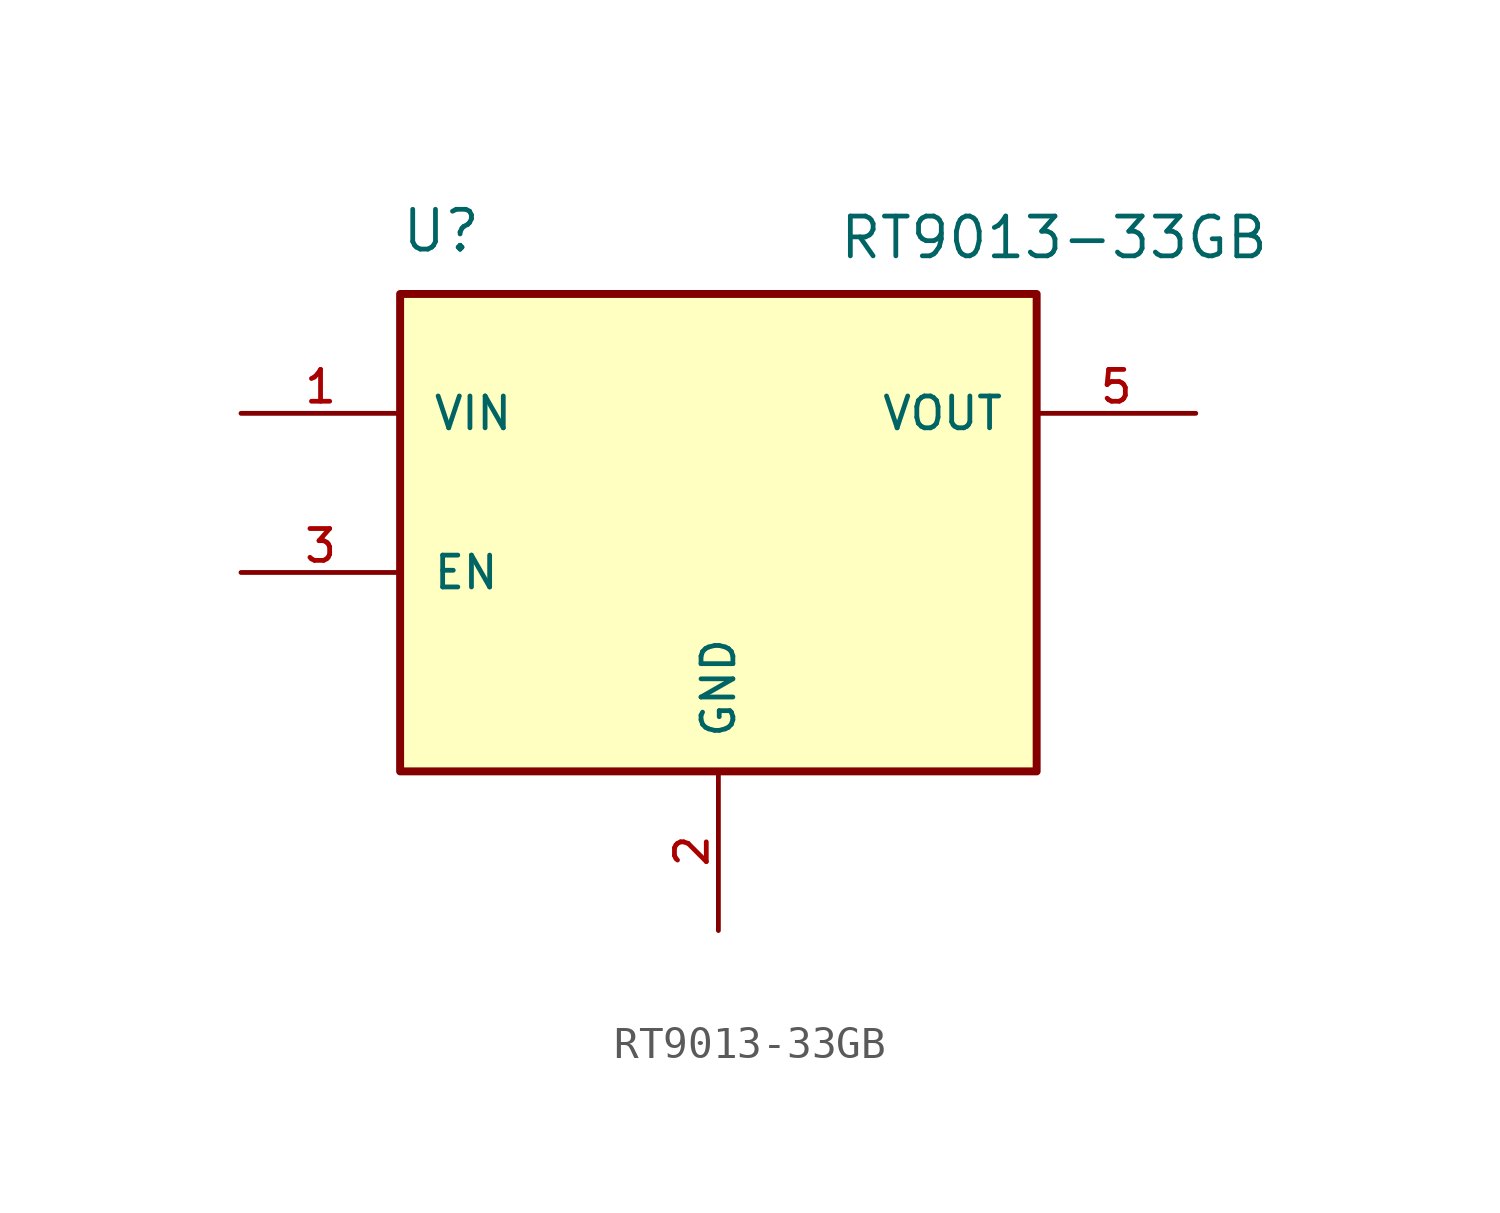
<source format=kicad_sym>
(kicad_symbol_lib
  (version 20220914)
  (generator kicad_symbol_editor)
  (symbol "RT9013-33GB"
    (pin_names
      (offset 1.016))
    (property "Reference" "U"
      (at -10.16 8.89 0)
      (effects (font (size 1.27 1.27)) (justify left bottom)))
    (property "Value" "RT9013-33GB"
      (at 3.81 10.16 0)
      (effects (font (size 1.27 1.27)) (justify left top)))
    (symbol "RT9013-33GB_0_0"
      (rectangle (start -10.16 7.62) (end 10.16 -7.62) (stroke (width 0.254) (type default)) (fill (type background)))
      (pin power_in line (at -15.24 3.81 0) (length 5.08) (name "VIN" (effects (font (size 1.016 1.016)))) (number "1" (effects (font (size 1.016 1.016)))))
      (pin power_in line (at 0 -12.7 90) (length 5.08) (name "GND" (effects (font (size 1.016 1.016)))) (number "2" (effects (font (size 1.016 1.016)))))
      (pin input line (at -15.24 -1.27 0) (length 5.08) (name "EN" (effects (font (size 1.016 1.016)))) (number "3" (effects (font (size 1.016 1.016)))))
      (pin output line (at 15.24 3.81 180) (length 5.08) (name "VOUT" (effects (font (size 1.016 1.016)))) (number "5" (effects (font (size 1.016 1.016))))))))
</source>
